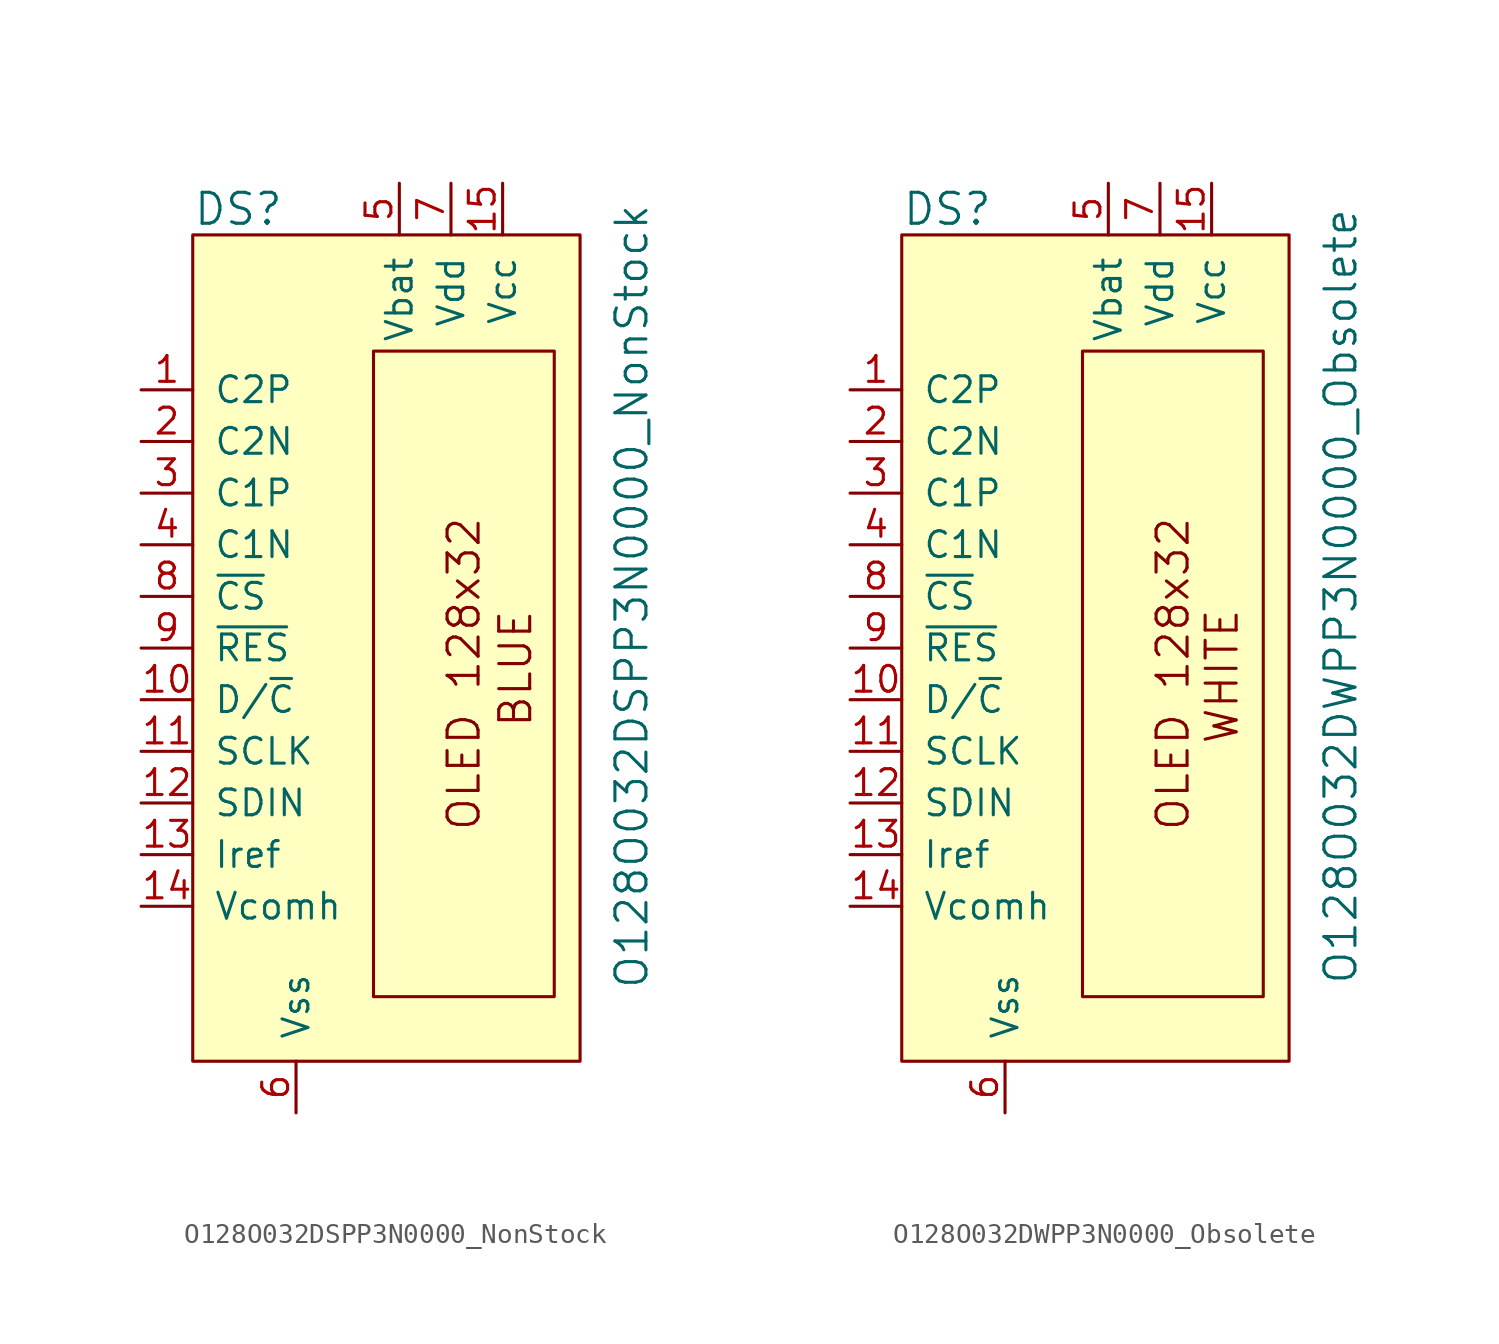
<source format=kicad_sym>
(kicad_symbol_lib
  (version 20220914)
  (generator kicad_symbol_editor)
  (symbol "O128O032DSPP3N0000_NonStock"
    (pin_names
      (offset 1.016))
    (property "Reference" "DS"
      (at -17.78 19.05 0)
      (effects (font (size 1.524 1.524)) (justify left)))
    (property "Value" "O128O032DSPP3N0000_NonStock"
      (at 3.81 0 90)
      (effects (font (size 1.524 1.524))))
    (symbol "O128O032DSPP3N0000_NonStock_0_0"
      (text "BLUE" (at -1.905 -3.556 900) (effects (font (size 1.524 1.524))))
      (text "OLED 128x32" (at -4.445 -3.81 900) (effects (font (size 1.524 1.524)))))
    (symbol "O128O032DSPP3N0000_NonStock_0_1"
      (rectangle (start -17.78 -22.86) (end 1.27 17.78) (stroke (width 0) (type default)) (fill (type background)))
      (rectangle (start -8.89 12.065) (end 0 -19.685) (stroke (width 0) (type default)) (fill (type none))))
    (symbol "O128O032DSPP3N0000_NonStock_1_1"
      (pin passive line (at -20.32 10.16 0) (length 2.54) (name "C2P" (effects (font (size 1.27 1.27)))) (number "1" (effects (font (size 1.27 1.27)))))
      (pin input line (at -20.32 -5.08 0) (length 2.54) (name "D/~{C}" (effects (font (size 1.27 1.27)))) (number "10" (effects (font (size 1.27 1.27)))))
      (pin input line (at -20.32 -7.62 0) (length 2.54) (name "SCLK" (effects (font (size 1.27 1.27)))) (number "11" (effects (font (size 1.27 1.27)))))
      (pin input line (at -20.32 -10.16 0) (length 2.54) (name "SDIN" (effects (font (size 1.27 1.27)))) (number "12" (effects (font (size 1.27 1.27)))))
      (pin passive line (at -20.32 -12.7 0) (length 2.54) (name "Iref" (effects (font (size 1.27 1.27)))) (number "13" (effects (font (size 1.27 1.27)))))
      (pin input line (at -20.32 -15.24 0) (length 2.54) (name "Vcomh" (effects (font (size 1.27 1.27)))) (number "14" (effects (font (size 1.27 1.27)))))
      (pin input line (at -2.54 20.32 270) (length 2.54) (name "Vcc" (effects (font (size 1.27 1.27)))) (number "15" (effects (font (size 1.27 1.27)))))
      (pin passive line (at -20.32 7.62 0) (length 2.54) (name "C2N" (effects (font (size 1.27 1.27)))) (number "2" (effects (font (size 1.27 1.27)))))
      (pin passive line (at -20.32 5.08 0) (length 2.54) (name "C1P" (effects (font (size 1.27 1.27)))) (number "3" (effects (font (size 1.27 1.27)))))
      (pin passive line (at -20.32 2.54 0) (length 2.54) (name "C1N" (effects (font (size 1.27 1.27)))) (number "4" (effects (font (size 1.27 1.27)))))
      (pin power_in line (at -7.62 20.32 270) (length 2.54) (name "Vbat" (effects (font (size 1.27 1.27)))) (number "5" (effects (font (size 1.27 1.27)))))
      (pin power_in line (at -12.7 -25.4 90) (length 2.54) (name "Vss" (effects (font (size 1.27 1.27)))) (number "6" (effects (font (size 1.27 1.27)))))
      (pin power_in line (at -5.08 20.32 270) (length 2.54) (name "Vdd" (effects (font (size 1.27 1.27)))) (number "7" (effects (font (size 1.27 1.27)))))
      (pin input line (at -20.32 0 0) (length 2.54) (name "~{CS}" (effects (font (size 1.27 1.27)))) (number "8" (effects (font (size 1.27 1.27)))))
      (pin input line (at -20.32 -2.54 0) (length 2.54) (name "~{RES}" (effects (font (size 1.27 1.27)))) (number "9" (effects (font (size 1.27 1.27)))))))
  (symbol "O128O032DWPP3N0000_Obsolete"
    (pin_names
      (offset 1.016))
    (property "Reference" "DS"
      (at -17.78 19.05 0)
      (effects (font (size 1.524 1.524)) (justify left)))
    (property "Value" "O128O032DWPP3N0000_Obsolete"
      (at 3.81 0 90)
      (effects (font (size 1.524 1.524))))
    (symbol "O128O032DWPP3N0000_Obsolete_0_0"
      (text "OLED 128x32" (at -4.445 -3.81 900) (effects (font (size 1.524 1.524))))
      (text "WHITE" (at -2.032 -3.937 900) (effects (font (size 1.524 1.524)))))
    (symbol "O128O032DWPP3N0000_Obsolete_0_1"
      (rectangle (start -17.78 -22.86) (end 1.27 17.78) (stroke (width 0) (type default)) (fill (type background)))
      (rectangle (start -8.89 12.065) (end 0 -19.685) (stroke (width 0) (type default)) (fill (type none))))
    (symbol "O128O032DWPP3N0000_Obsolete_1_1"
      (pin passive line (at -20.32 10.16 0) (length 2.54) (name "C2P" (effects (font (size 1.27 1.27)))) (number "1" (effects (font (size 1.27 1.27)))))
      (pin input line (at -20.32 -5.08 0) (length 2.54) (name "D/~{C}" (effects (font (size 1.27 1.27)))) (number "10" (effects (font (size 1.27 1.27)))))
      (pin input line (at -20.32 -7.62 0) (length 2.54) (name "SCLK" (effects (font (size 1.27 1.27)))) (number "11" (effects (font (size 1.27 1.27)))))
      (pin input line (at -20.32 -10.16 0) (length 2.54) (name "SDIN" (effects (font (size 1.27 1.27)))) (number "12" (effects (font (size 1.27 1.27)))))
      (pin passive line (at -20.32 -12.7 0) (length 2.54) (name "Iref" (effects (font (size 1.27 1.27)))) (number "13" (effects (font (size 1.27 1.27)))))
      (pin input line (at -20.32 -15.24 0) (length 2.54) (name "Vcomh" (effects (font (size 1.27 1.27)))) (number "14" (effects (font (size 1.27 1.27)))))
      (pin input line (at -2.54 20.32 270) (length 2.54) (name "Vcc" (effects (font (size 1.27 1.27)))) (number "15" (effects (font (size 1.27 1.27)))))
      (pin passive line (at -20.32 7.62 0) (length 2.54) (name "C2N" (effects (font (size 1.27 1.27)))) (number "2" (effects (font (size 1.27 1.27)))))
      (pin passive line (at -20.32 5.08 0) (length 2.54) (name "C1P" (effects (font (size 1.27 1.27)))) (number "3" (effects (font (size 1.27 1.27)))))
      (pin passive line (at -20.32 2.54 0) (length 2.54) (name "C1N" (effects (font (size 1.27 1.27)))) (number "4" (effects (font (size 1.27 1.27)))))
      (pin power_in line (at -7.62 20.32 270) (length 2.54) (name "Vbat" (effects (font (size 1.27 1.27)))) (number "5" (effects (font (size 1.27 1.27)))))
      (pin power_in line (at -12.7 -25.4 90) (length 2.54) (name "Vss" (effects (font (size 1.27 1.27)))) (number "6" (effects (font (size 1.27 1.27)))))
      (pin power_in line (at -5.08 20.32 270) (length 2.54) (name "Vdd" (effects (font (size 1.27 1.27)))) (number "7" (effects (font (size 1.27 1.27)))))
      (pin input line (at -20.32 0 0) (length 2.54) (name "~{CS}" (effects (font (size 1.27 1.27)))) (number "8" (effects (font (size 1.27 1.27)))))
      (pin input line (at -20.32 -2.54 0) (length 2.54) (name "~{RES}" (effects (font (size 1.27 1.27)))) (number "9" (effects (font (size 1.27 1.27))))))))
</source>
